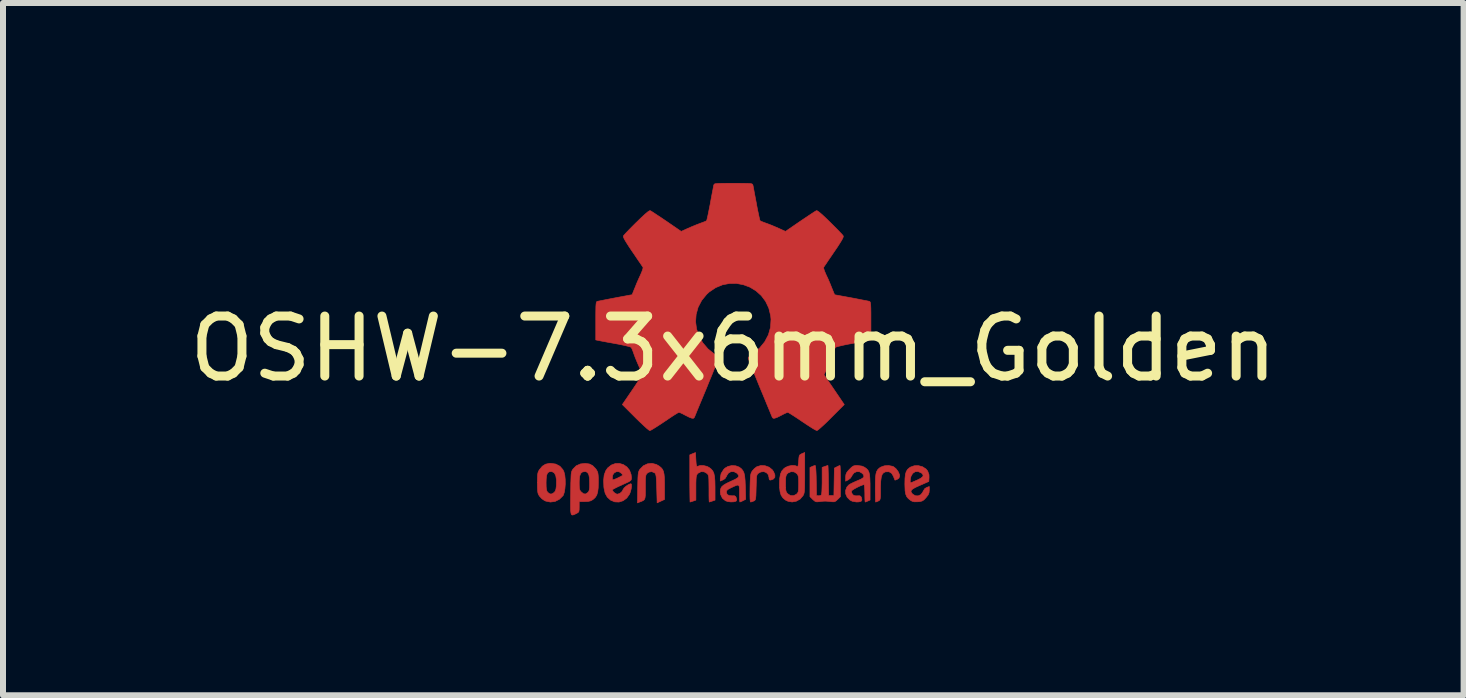
<source format=kicad_pcb>
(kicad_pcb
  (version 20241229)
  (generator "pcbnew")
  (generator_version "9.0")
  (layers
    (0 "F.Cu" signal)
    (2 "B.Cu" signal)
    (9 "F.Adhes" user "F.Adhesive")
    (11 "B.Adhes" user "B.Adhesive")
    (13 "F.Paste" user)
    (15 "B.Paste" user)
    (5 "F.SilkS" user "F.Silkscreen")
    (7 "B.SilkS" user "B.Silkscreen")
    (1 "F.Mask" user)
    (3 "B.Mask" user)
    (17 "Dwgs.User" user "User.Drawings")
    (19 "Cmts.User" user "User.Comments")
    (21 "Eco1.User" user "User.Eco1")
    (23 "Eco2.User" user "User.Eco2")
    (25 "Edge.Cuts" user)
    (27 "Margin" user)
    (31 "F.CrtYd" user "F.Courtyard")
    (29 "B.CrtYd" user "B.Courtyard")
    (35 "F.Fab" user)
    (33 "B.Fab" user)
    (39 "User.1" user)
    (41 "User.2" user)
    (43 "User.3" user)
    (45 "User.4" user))
  (footprint "OSHW-7.3x6mm_Golden"
    (layer "F.Cu")
    (at 9.173 2.763)
    (property "Reference" "OSHW-7.3x6mm_Golden" (at 0 0 0) (layer "F.SilkS") (effects (font (size 1 1) (thickness 0.15))))
    (attr exclude_from_pos_files exclude_from_bom)
    (fp_poly (pts (xy 2.653 1.959) (xy 2.67 1.966) (xy 2.711 1.999) (xy 2.747 2.047) (xy 2.769 2.097) (xy 2.772 2.122) (xy 2.76 2.157) (xy 2.734 2.175) (xy 2.706 2.187) (xy 2.693 2.189) (xy 2.687 2.174) (xy 2.674 2.141) (xy 2.669 2.127) (xy 2.639 2.076) (xy 2.595 2.05) (xy 2.538 2.051) (xy 2.534 2.052) (xy 2.504 2.067) (xy 2.481 2.094) (xy 2.466 2.139) (xy 2.457 2.205) (xy 2.453 2.294) (xy 2.453 2.341) (xy 2.453 2.416) (xy 2.452 2.467) (xy 2.448 2.499) (xy 2.442 2.518) (xy 2.432 2.529) (xy 2.417 2.537) (xy 2.416 2.538) (xy 2.387 2.55) (xy 2.372 2.555) (xy 2.37 2.541) (xy 2.368 2.503) (xy 2.367 2.446) (xy 2.366 2.374) (xy 2.366 2.322) (xy 2.367 2.22) (xy 2.37 2.143) (xy 2.377 2.086) (xy 2.389 2.045) (xy 2.407 2.014) (xy 2.432 1.99) (xy 2.457 1.973) (xy 2.517 1.951) (xy 2.587 1.946) (xy 2.653 1.959)) (stroke (width 0.01) (type solid)) (fill yes) (layer "F.Cu"))
    (fp_poly (pts (xy -1.284 1.928) (xy -1.237 1.955) (xy -1.205 1.981) (xy -1.181 2.009) (xy -1.165 2.044) (xy -1.155 2.089) (xy -1.149 2.151) (xy -1.147 2.234) (xy -1.147 2.293) (xy -1.147 2.512) (xy -1.208 2.54) (xy -1.27 2.568) (xy -1.277 2.328) (xy -1.28 2.238) (xy -1.283 2.173) (xy -1.287 2.128) (xy -1.293 2.099) (xy -1.3 2.081) (xy -1.31 2.07) (xy -1.313 2.067) (xy -1.36 2.048) (xy -1.408 2.056) (xy -1.437 2.076) (xy -1.449 2.09) (xy -1.457 2.108) (xy -1.462 2.136) (xy -1.465 2.179) (xy -1.466 2.242) (xy -1.466 2.307) (xy -1.466 2.389) (xy -1.467 2.447) (xy -1.472 2.486) (xy -1.482 2.512) (xy -1.499 2.528) (xy -1.525 2.541) (xy -1.56 2.554) (xy -1.598 2.569) (xy -1.594 2.311) (xy -1.592 2.219) (xy -1.59 2.15) (xy -1.587 2.101) (xy -1.582 2.066) (xy -1.575 2.042) (xy -1.566 2.022) (xy -1.554 2.005) (xy -1.499 1.95) (xy -1.431 1.918) (xy -1.357 1.91) (xy -1.284 1.928)) (stroke (width 0.01) (type solid)) (fill yes) (layer "F.Cu"))
    (fp_poly (pts (xy 0.53 1.95) (xy 0.596 1.974) (xy 0.649 2.017) (xy 0.67 2.047) (xy 0.693 2.103) (xy 0.692 2.143) (xy 0.669 2.17) (xy 0.66 2.175) (xy 0.622 2.189) (xy 0.602 2.185) (xy 0.595 2.161) (xy 0.595 2.148) (xy 0.583 2.099) (xy 0.551 2.065) (xy 0.508 2.048) (xy 0.459 2.053) (xy 0.419 2.074) (xy 0.405 2.087) (xy 0.396 2.101) (xy 0.389 2.124) (xy 0.385 2.159) (xy 0.383 2.212) (xy 0.381 2.288) (xy 0.38 2.312) (xy 0.378 2.394) (xy 0.376 2.451) (xy 0.372 2.49) (xy 0.367 2.513) (xy 0.359 2.526) (xy 0.347 2.535) (xy 0.339 2.538) (xy 0.307 2.55) (xy 0.288 2.555) (xy 0.282 2.541) (xy 0.278 2.5) (xy 0.277 2.431) (xy 0.278 2.334) (xy 0.278 2.319) (xy 0.28 2.23) (xy 0.283 2.165) (xy 0.286 2.119) (xy 0.292 2.087) (xy 0.3 2.064) (xy 0.311 2.044) (xy 0.317 2.035) (xy 0.35 1.998) (xy 0.388 1.969) (xy 0.392 1.966) (xy 0.459 1.946) (xy 0.53 1.95)) (stroke (width 0.01) (type solid)) (fill yes) (layer "F.Cu"))
    (fp_poly (pts (xy -0.624 1.851) (xy -0.62 1.911) (xy -0.615 1.946) (xy -0.608 1.961) (xy -0.598 1.961) (xy -0.595 1.959) (xy -0.552 1.946) (xy -0.497 1.947) (xy -0.44 1.96) (xy -0.405 1.978) (xy -0.369 2.006) (xy -0.342 2.038) (xy -0.324 2.078) (xy -0.313 2.132) (xy -0.307 2.204) (xy -0.305 2.299) (xy -0.305 2.317) (xy -0.305 2.523) (xy -0.351 2.539) (xy -0.383 2.549) (xy -0.401 2.554) (xy -0.401 2.555) (xy -0.403 2.541) (xy -0.405 2.503) (xy -0.406 2.446) (xy -0.406 2.375) (xy -0.406 2.332) (xy -0.407 2.247) (xy -0.408 2.186) (xy -0.41 2.144) (xy -0.415 2.117) (xy -0.422 2.098) (xy -0.433 2.085) (xy -0.44 2.078) (xy -0.487 2.051) (xy -0.538 2.049) (xy -0.584 2.072) (xy -0.593 2.08) (xy -0.605 2.095) (xy -0.614 2.114) (xy -0.619 2.14) (xy -0.622 2.18) (xy -0.624 2.238) (xy -0.624 2.318) (xy -0.624 2.523) (xy -0.67 2.539) (xy -0.702 2.549) (xy -0.72 2.554) (xy -0.721 2.555) (xy -0.722 2.541) (xy -0.723 2.501) (xy -0.724 2.441) (xy -0.725 2.362) (xy -0.726 2.269) (xy -0.726 2.167) (xy -0.726 1.769) (xy -0.679 1.749) (xy -0.631 1.73) (xy -0.624 1.851)) (stroke (width 0.01) (type solid)) (fill yes) (layer "F.Cu"))
    (fp_poly (pts (xy 1.78 1.959) (xy 1.782 1.997) (xy 1.784 2.055) (xy 1.785 2.128) (xy 1.785 2.205) (xy 1.785 2.465) (xy 1.739 2.511) (xy 1.708 2.539) (xy 1.68 2.551) (xy 1.642 2.55) (xy 1.627 2.548) (xy 1.58 2.543) (xy 1.541 2.54) (xy 1.531 2.54) (xy 1.499 2.541) (xy 1.453 2.546) (xy 1.436 2.548) (xy 1.392 2.552) (xy 1.363 2.544) (xy 1.334 2.521) (xy 1.323 2.511) (xy 1.277 2.465) (xy 1.277 1.979) (xy 1.314 1.962) (xy 1.346 1.949) (xy 1.365 1.945) (xy 1.369 1.959) (xy 1.374 1.997) (xy 1.378 2.056) (xy 1.381 2.132) (xy 1.382 2.195) (xy 1.386 2.446) (xy 1.421 2.451) (xy 1.452 2.447) (xy 1.468 2.436) (xy 1.472 2.415) (xy 1.476 2.371) (xy 1.478 2.309) (xy 1.48 2.235) (xy 1.48 2.197) (xy 1.48 1.977) (xy 1.526 1.961) (xy 1.559 1.95) (xy 1.576 1.945) (xy 1.577 1.945) (xy 1.578 1.959) (xy 1.58 1.997) (xy 1.582 2.054) (xy 1.584 2.127) (xy 1.585 2.195) (xy 1.589 2.446) (xy 1.676 2.446) (xy 1.68 2.217) (xy 1.684 1.989) (xy 1.727 1.967) (xy 1.758 1.952) (xy 1.777 1.945) (xy 1.777 1.945) (xy 1.78 1.959)) (stroke (width 0.01) (type solid)) (fill yes) (layer "F.Cu"))
    (fp_poly (pts (xy -2.959 1.922) (xy -2.891 1.958) (xy -2.841 2.015) (xy -2.823 2.052) (xy -2.809 2.108) (xy -2.802 2.178) (xy -2.801 2.255) (xy -2.807 2.33) (xy -2.818 2.394) (xy -2.834 2.441) (xy -2.839 2.449) (xy -2.9 2.509) (xy -2.971 2.545) (xy -3.049 2.555) (xy -3.127 2.539) (xy -3.149 2.529) (xy -3.192 2.499) (xy -3.229 2.459) (xy -3.233 2.454) (xy -3.247 2.43) (xy -3.257 2.404) (xy -3.262 2.37) (xy -3.265 2.321) (xy -3.266 2.251) (xy -3.266 2.235) (xy -3.266 2.23) (xy -3.121 2.23) (xy -3.12 2.296) (xy -3.116 2.34) (xy -3.109 2.369) (xy -3.098 2.388) (xy -3.092 2.395) (xy -3.057 2.42) (xy -3.023 2.419) (xy -2.989 2.397) (xy -2.969 2.374) (xy -2.957 2.34) (xy -2.95 2.288) (xy -2.949 2.281) (xy -2.948 2.186) (xy -2.96 2.114) (xy -2.985 2.068) (xy -3.023 2.048) (xy -3.037 2.047) (xy -3.073 2.052) (xy -3.097 2.072) (xy -3.112 2.109) (xy -3.119 2.168) (xy -3.121 2.23) (xy -3.266 2.23) (xy -3.265 2.16) (xy -3.263 2.108) (xy -3.258 2.072) (xy -3.249 2.045) (xy -3.236 2.022) (xy -3.233 2.017) (xy -3.184 1.958) (xy -3.13 1.924) (xy -3.064 1.91) (xy -3.042 1.91) (xy -2.959 1.922)) (stroke (width 0.01) (type solid)) (fill yes) (layer "F.Cu"))
    (fp_poly (pts (xy 3.154 1.967) (xy 3.211 2.004) (xy 3.239 2.038) (xy 3.261 2.099) (xy 3.262 2.147) (xy 3.258 2.212) (xy 3.11 2.277) (xy 3.037 2.31) (xy 2.99 2.337) (xy 2.966 2.36) (xy 2.961 2.383) (xy 2.975 2.407) (xy 2.99 2.424) (xy 3.034 2.45) (xy 3.081 2.452) (xy 3.125 2.432) (xy 3.157 2.391) (xy 3.163 2.376) (xy 3.191 2.331) (xy 3.222 2.312) (xy 3.266 2.296) (xy 3.266 2.358) (xy 3.262 2.4) (xy 3.247 2.436) (xy 3.215 2.477) (xy 3.211 2.482) (xy 3.176 2.519) (xy 3.145 2.538) (xy 3.108 2.547) (xy 3.076 2.55) (xy 3.02 2.551) (xy 2.981 2.542) (xy 2.956 2.528) (xy 2.917 2.497) (xy 2.89 2.465) (xy 2.873 2.423) (xy 2.863 2.368) (xy 2.86 2.291) (xy 2.859 2.253) (xy 2.86 2.206) (xy 2.948 2.206) (xy 2.949 2.231) (xy 2.952 2.235) (xy 2.968 2.23) (xy 3.004 2.215) (xy 3.052 2.194) (xy 3.062 2.19) (xy 3.123 2.159) (xy 3.157 2.132) (xy 3.164 2.106) (xy 3.146 2.08) (xy 3.132 2.069) (xy 3.079 2.046) (xy 3.03 2.05) (xy 2.989 2.078) (xy 2.961 2.127) (xy 2.952 2.166) (xy 2.948 2.206) (xy 2.86 2.206) (xy 2.861 2.162) (xy 2.868 2.095) (xy 2.882 2.047) (xy 2.904 2.011) (xy 2.937 1.983) (xy 2.951 1.973) (xy 3.015 1.95) (xy 3.085 1.948) (xy 3.154 1.967)) (stroke (width 0.01) (type solid)) (fill yes) (layer "F.Cu"))
    (fp_poly (pts (xy 1.19 2.065) (xy 1.19 2.174) (xy 1.189 2.257) (xy 1.188 2.32) (xy 1.185 2.365) (xy 1.181 2.397) (xy 1.175 2.421) (xy 1.167 2.439) (xy 1.161 2.449) (xy 1.112 2.506) (xy 1.049 2.541) (xy 0.98 2.554) (xy 0.911 2.542) (xy 0.869 2.522) (xy 0.826 2.485) (xy 0.796 2.441) (xy 0.779 2.383) (xy 0.77 2.306) (xy 0.769 2.25) (xy 0.769 2.246) (xy 0.871 2.246) (xy 0.871 2.311) (xy 0.874 2.354) (xy 0.881 2.382) (xy 0.893 2.402) (xy 0.906 2.417) (xy 0.953 2.447) (xy 1.004 2.449) (xy 1.051 2.425) (xy 1.055 2.421) (xy 1.071 2.404) (xy 1.081 2.383) (xy 1.086 2.352) (xy 1.088 2.305) (xy 1.089 2.252) (xy 1.088 2.185) (xy 1.085 2.141) (xy 1.078 2.112) (xy 1.066 2.091) (xy 1.057 2.08) (xy 1.013 2.052) (xy 0.962 2.049) (xy 0.914 2.07) (xy 0.904 2.078) (xy 0.889 2.096) (xy 0.879 2.117) (xy 0.873 2.148) (xy 0.871 2.196) (xy 0.871 2.246) (xy 0.769 2.246) (xy 0.773 2.159) (xy 0.785 2.09) (xy 0.807 2.039) (xy 0.842 1.998) (xy 0.869 1.978) (xy 0.919 1.956) (xy 0.976 1.945) (xy 1.03 1.948) (xy 1.06 1.959) (xy 1.071 1.962) (xy 1.079 1.951) (xy 1.084 1.919) (xy 1.089 1.871) (xy 1.093 1.817) (xy 1.099 1.784) (xy 1.111 1.766) (xy 1.131 1.754) (xy 1.143 1.748) (xy 1.19 1.729) (xy 1.19 2.065)) (stroke (width 0.01) (type solid)) (fill yes) (layer "F.Cu"))
    (fp_poly (pts (xy -1.832 1.931) (xy -1.774 1.97) (xy -1.73 2.025) (xy -1.704 2.096) (xy -1.698 2.148) (xy -1.699 2.17) (xy -1.704 2.187) (xy -1.718 2.201) (xy -1.745 2.218) (xy -1.79 2.239) (xy -1.857 2.269) (xy -1.858 2.27) (xy -1.92 2.298) (xy -1.97 2.323) (xy -2.005 2.342) (xy -2.017 2.353) (xy -2.017 2.353) (xy -2.006 2.376) (xy -1.98 2.402) (xy -1.949 2.42) (xy -1.934 2.424) (xy -1.891 2.411) (xy -1.855 2.379) (xy -1.837 2.345) (xy -1.82 2.319) (xy -1.787 2.29) (xy -1.748 2.264) (xy -1.713 2.25) (xy -1.706 2.25) (xy -1.698 2.262) (xy -1.697 2.294) (xy -1.703 2.337) (xy -1.715 2.383) (xy -1.73 2.423) (xy -1.731 2.424) (xy -1.777 2.489) (xy -1.837 2.533) (xy -1.906 2.555) (xy -1.976 2.552) (xy -2.044 2.524) (xy -2.047 2.522) (xy -2.101 2.473) (xy -2.136 2.41) (xy -2.155 2.327) (xy -2.158 2.304) (xy -2.162 2.194) (xy -2.157 2.143) (xy -2.017 2.143) (xy -2.016 2.175) (xy -2.006 2.184) (xy -1.981 2.177) (xy -1.942 2.161) (xy -1.899 2.14) (xy -1.898 2.139) (xy -1.861 2.12) (xy -1.846 2.107) (xy -1.85 2.093) (xy -1.865 2.076) (xy -1.904 2.05) (xy -1.946 2.048) (xy -1.984 2.067) (xy -2.01 2.103) (xy -2.017 2.143) (xy -2.157 2.143) (xy -2.153 2.106) (xy -2.128 2.036) (xy -2.095 1.987) (xy -2.033 1.938) (xy -1.966 1.913) (xy -1.897 1.912) (xy -1.832 1.931)) (stroke (width 0.01) (type solid)) (fill yes) (layer "F.Cu"))
    (fp_poly (pts (xy 0.04 1.951) (xy 0.097 1.972) (xy 0.097 1.972) (xy 0.132 1.998) (xy 0.158 2.029) (xy 0.177 2.068) (xy 0.189 2.121) (xy 0.196 2.194) (xy 0.2 2.289) (xy 0.201 2.303) (xy 0.206 2.509) (xy 0.162 2.532) (xy 0.13 2.547) (xy 0.11 2.554) (xy 0.11 2.555) (xy 0.106 2.541) (xy 0.104 2.505) (xy 0.102 2.451) (xy 0.102 2.408) (xy 0.102 2.339) (xy 0.098 2.295) (xy 0.087 2.274) (xy 0.064 2.273) (xy 0.022 2.289) (xy -0.04 2.318) (xy -0.086 2.342) (xy -0.109 2.363) (xy -0.116 2.386) (xy -0.116 2.387) (xy -0.105 2.426) (xy -0.071 2.447) (xy -0.019 2.451) (xy 0.018 2.45) (xy 0.038 2.461) (xy 0.05 2.487) (xy 0.057 2.519) (xy 0.047 2.538) (xy 0.043 2.541) (xy 0.007 2.551) (xy -0.043 2.553) (xy -0.095 2.546) (xy -0.132 2.533) (xy -0.183 2.49) (xy -0.212 2.429) (xy -0.218 2.382) (xy -0.213 2.34) (xy -0.198 2.305) (xy -0.166 2.275) (xy -0.115 2.244) (xy -0.041 2.209) (xy -0.036 2.207) (xy 0.031 2.176) (xy 0.072 2.151) (xy 0.09 2.128) (xy 0.086 2.105) (xy 0.063 2.078) (xy 0.056 2.072) (xy 0.009 2.048) (xy -0.04 2.049) (xy -0.082 2.072) (xy -0.111 2.116) (xy -0.113 2.124) (xy -0.139 2.165) (xy -0.171 2.185) (xy -0.218 2.205) (xy -0.218 2.154) (xy -0.204 2.08) (xy -0.161 2.012) (xy -0.139 1.99) (xy -0.089 1.961) (xy -0.026 1.947) (xy 0.04 1.951)) (stroke (width 0.01) (type solid)) (fill yes) (layer "F.Cu"))
    (fp_poly (pts (xy -2.4 1.92) (xy -2.345 1.948) (xy -2.296 1.998) (xy -2.282 2.017) (xy -2.268 2.042) (xy -2.258 2.069) (xy -2.253 2.105) (xy -2.25 2.156) (xy -2.25 2.224) (xy -2.252 2.318) (xy -2.261 2.388) (xy -2.277 2.44) (xy -2.303 2.48) (xy -2.34 2.513) (xy -2.342 2.515) (xy -2.379 2.535) (xy -2.422 2.545) (xy -2.478 2.547) (xy -2.569 2.547) (xy -2.569 2.635) (xy -2.57 2.684) (xy -2.575 2.713) (xy -2.588 2.73) (xy -2.614 2.745) (xy -2.62 2.748) (xy -2.649 2.762) (xy -2.672 2.77) (xy -2.688 2.771) (xy -2.7 2.761) (xy -2.707 2.737) (xy -2.712 2.696) (xy -2.713 2.636) (xy -2.713 2.553) (xy -2.712 2.445) (xy -2.711 2.413) (xy -2.71 2.302) (xy -2.709 2.229) (xy -2.569 2.229) (xy -2.568 2.29) (xy -2.565 2.331) (xy -2.557 2.358) (xy -2.543 2.378) (xy -2.533 2.388) (xy -2.495 2.418) (xy -2.46 2.42) (xy -2.425 2.396) (xy -2.424 2.395) (xy -2.409 2.376) (xy -2.401 2.351) (xy -2.396 2.312) (xy -2.395 2.252) (xy -2.395 2.238) (xy -2.398 2.156) (xy -2.409 2.099) (xy -2.429 2.064) (xy -2.458 2.048) (xy -2.476 2.047) (xy -2.516 2.054) (xy -2.544 2.078) (xy -2.561 2.123) (xy -2.568 2.191) (xy -2.569 2.229) (xy -2.709 2.229) (xy -2.708 2.215) (xy -2.706 2.15) (xy -2.704 2.103) (xy -2.7 2.069) (xy -2.694 2.045) (xy -2.687 2.028) (xy -2.677 2.012) (xy -2.673 2.006) (xy -2.619 1.951) (xy -2.55 1.92) (xy -2.47 1.911) (xy -2.4 1.92)) (stroke (width 0.01) (type solid)) (fill yes) (layer "F.Cu"))
    (fp_poly (pts (xy 2.145 1.956) (xy 2.187 1.975) (xy 2.219 1.998) (xy 2.244 2.024) (xy 2.26 2.057) (xy 2.271 2.103) (xy 2.276 2.165) (xy 2.279 2.249) (xy 2.279 2.305) (xy 2.279 2.521) (xy 2.242 2.538) (xy 2.213 2.55) (xy 2.198 2.555) (xy 2.195 2.541) (xy 2.193 2.505) (xy 2.192 2.452) (xy 2.192 2.409) (xy 2.19 2.348) (xy 2.187 2.3) (xy 2.182 2.271) (xy 2.178 2.264) (xy 2.153 2.271) (xy 2.112 2.287) (xy 2.066 2.309) (xy 2.021 2.333) (xy 1.986 2.355) (xy 1.97 2.37) (xy 1.97 2.37) (xy 1.971 2.397) (xy 1.984 2.423) (xy 2.006 2.444) (xy 2.038 2.451) (xy 2.065 2.451) (xy 2.104 2.45) (xy 2.124 2.459) (xy 2.136 2.483) (xy 2.138 2.488) (xy 2.143 2.522) (xy 2.129 2.543) (xy 2.092 2.552) (xy 2.052 2.554) (xy 1.981 2.541) (xy 1.943 2.521) (xy 1.898 2.476) (xy 1.873 2.42) (xy 1.871 2.361) (xy 1.892 2.306) (xy 1.923 2.271) (xy 1.953 2.252) (xy 2.002 2.228) (xy 2.058 2.203) (xy 2.068 2.199) (xy 2.13 2.172) (xy 2.166 2.148) (xy 2.177 2.124) (xy 2.167 2.097) (xy 2.148 2.076) (xy 2.104 2.05) (xy 2.056 2.048) (xy 2.012 2.068) (xy 1.981 2.108) (xy 1.977 2.118) (xy 1.952 2.156) (xy 1.917 2.184) (xy 1.872 2.207) (xy 1.872 2.141) (xy 1.875 2.102) (xy 1.886 2.07) (xy 1.911 2.036) (xy 1.935 2.01) (xy 1.972 1.974) (xy 2.001 1.954) (xy 2.033 1.946) (xy 2.068 1.945) (xy 2.145 1.956)) (stroke (width 0.01) (type solid)) (fill yes) (layer "F.Cu"))
    (fp_poly (pts (xy 0.104 -2.758) (xy 0.182 -2.757) (xy 0.239 -2.756) (xy 0.278 -2.754) (xy 0.303 -2.75) (xy 0.316 -2.744) (xy 0.323 -2.737) (xy 0.326 -2.726) (xy 0.327 -2.725) (xy 0.332 -2.701) (xy 0.341 -2.653) (xy 0.353 -2.587) (xy 0.368 -2.508) (xy 0.385 -2.42) (xy 0.385 -2.417) (xy 0.401 -2.331) (xy 0.417 -2.255) (xy 0.43 -2.194) (xy 0.44 -2.152) (xy 0.446 -2.133) (xy 0.447 -2.133) (xy 0.465 -2.124) (xy 0.502 -2.109) (xy 0.551 -2.091) (xy 0.552 -2.091) (xy 0.613 -2.068) (xy 0.686 -2.038) (xy 0.754 -2.008) (xy 0.757 -2.007) (xy 0.869 -1.956) (xy 1.115 -2.125) (xy 1.191 -2.176) (xy 1.26 -2.222) (xy 1.317 -2.26) (xy 1.359 -2.287) (xy 1.383 -2.301) (xy 1.385 -2.302) (xy 1.402 -2.298) (xy 1.434 -2.275) (xy 1.481 -2.235) (xy 1.546 -2.174) (xy 1.612 -2.11) (xy 1.676 -2.046) (xy 1.733 -1.989) (xy 1.78 -1.94) (xy 1.814 -1.904) (xy 1.83 -1.884) (xy 1.831 -1.883) (xy 1.833 -1.869) (xy 1.826 -1.847) (xy 1.809 -1.814) (xy 1.779 -1.765) (xy 1.737 -1.699) (xy 1.679 -1.614) (xy 1.629 -1.54) (xy 1.583 -1.473) (xy 1.546 -1.417) (xy 1.519 -1.378) (xy 1.506 -1.357) (xy 1.505 -1.356) (xy 1.507 -1.336) (xy 1.519 -1.298) (xy 1.54 -1.248) (xy 1.547 -1.232) (xy 1.58 -1.162) (xy 1.614 -1.082) (xy 1.642 -1.012) (xy 1.663 -0.961) (xy 1.679 -0.922) (xy 1.688 -0.901) (xy 1.689 -0.9) (xy 1.706 -0.897) (xy 1.746 -0.89) (xy 1.804 -0.879) (xy 1.875 -0.866) (xy 1.952 -0.852) (xy 2.032 -0.837) (xy 2.107 -0.822) (xy 2.174 -0.809) (xy 2.227 -0.799) (xy 2.26 -0.792) (xy 2.268 -0.79) (xy 2.276 -0.785) (xy 2.283 -0.774) (xy 2.287 -0.754) (xy 2.29 -0.72) (xy 2.292 -0.67) (xy 2.293 -0.599) (xy 2.293 -0.504) (xy 2.293 -0.465) (xy 2.293 -0.147) (xy 2.217 -0.132) (xy 2.175 -0.124) (xy 2.111 -0.112) (xy 2.035 -0.098) (xy 1.953 -0.083) (xy 1.93 -0.079) (xy 1.855 -0.064) (xy 1.789 -0.049) (xy 1.738 -0.037) (xy 1.709 -0.027) (xy 1.704 -0.024) (xy 1.691 -0.003) (xy 1.674 0.038) (xy 1.655 0.09) (xy 1.651 0.102) (xy 1.625 0.172) (xy 1.594 0.25) (xy 1.563 0.321) (xy 1.563 0.322) (xy 1.511 0.433) (xy 1.68 0.681) (xy 1.849 0.93) (xy 1.632 1.147) (xy 1.567 1.212) (xy 1.507 1.269) (xy 1.456 1.315) (xy 1.418 1.348) (xy 1.396 1.363) (xy 1.392 1.364) (xy 1.374 1.356) (xy 1.335 1.335) (xy 1.281 1.301) (xy 1.216 1.259) (xy 1.146 1.212) (xy 1.075 1.164) (xy 1.011 1.122) (xy 0.959 1.089) (xy 0.923 1.067) (xy 0.907 1.06) (xy 0.887 1.066) (xy 0.85 1.083) (xy 0.803 1.107) (xy 0.798 1.11) (xy 0.734 1.142) (xy 0.69 1.158) (xy 0.663 1.158) (xy 0.649 1.143) (xy 0.649 1.143) (xy 0.642 1.126) (xy 0.625 1.085) (xy 0.6 1.024) (xy 0.567 0.945) (xy 0.529 0.852) (xy 0.486 0.748) (xy 0.444 0.648) (xy 0.399 0.537) (xy 0.357 0.434) (xy 0.32 0.342) (xy 0.289 0.265) (xy 0.266 0.206) (xy 0.251 0.167) (xy 0.247 0.153) (xy 0.258 0.136) (xy 0.287 0.11) (xy 0.326 0.081) (xy 0.437 -0.011) (xy 0.523 -0.116) (xy 0.585 -0.233) (xy 0.62 -0.358) (xy 0.628 -0.49) (xy 0.622 -0.552) (xy 0.591 -0.678) (xy 0.538 -0.79) (xy 0.466 -0.886) (xy 0.378 -0.965) (xy 0.278 -1.026) (xy 0.168 -1.067) (xy 0.053 -1.089) (xy -0.065 -1.088) (xy -0.181 -1.066) (xy -0.294 -1.019) (xy -0.4 -0.948) (xy -0.444 -0.908) (xy -0.528 -0.805) (xy -0.587 -0.692) (xy -0.62 -0.573) (xy -0.629 -0.451) (xy -0.613 -0.329) (xy -0.573 -0.211) (xy -0.51 -0.1) (xy -0.423 0.002) (xy -0.326 0.081) (xy -0.286 0.111) (xy -0.257 0.137) (xy -0.247 0.153) (xy -0.252 0.17) (xy -0.267 0.21) (xy -0.291 0.272) (xy -0.323 0.35) (xy -0.36 0.443) (xy -0.403 0.546) (xy -0.444 0.648) (xy -0.49 0.759) (xy -0.533 0.862) (xy -0.571 0.953) (xy -0.603 1.03) (xy -0.627 1.09) (xy -0.643 1.129) (xy -0.649 1.143) (xy -0.663 1.158) (xy -0.69 1.158) (xy -0.734 1.142) (xy -0.797 1.11) (xy -0.798 1.11) (xy -0.845 1.085) (xy -0.884 1.067) (xy -0.906 1.06) (xy -0.907 1.06) (xy -0.923 1.067) (xy -0.96 1.089) (xy -1.012 1.122) (xy -1.075 1.164) (xy -1.146 1.212) (xy -1.218 1.26) (xy -1.283 1.302) (xy -1.336 1.335) (xy -1.374 1.357) (xy -1.392 1.364) (xy -1.409 1.354) (xy -1.443 1.327) (xy -1.49 1.284) (xy -1.547 1.231) (xy -1.612 1.168) (xy -1.633 1.147) (xy -1.85 0.93) (xy -1.684 0.687) (xy -1.634 0.613) (xy -1.59 0.546) (xy -1.555 0.491) (xy -1.53 0.451) (xy -1.519 0.43) (xy -1.519 0.429) (xy -1.525 0.409) (xy -1.54 0.37) (xy -1.562 0.317) (xy -1.578 0.282) (xy -1.607 0.215) (xy -1.635 0.147) (xy -1.656 0.09) (xy -1.662 0.073) (xy -1.679 0.026) (xy -1.695 -0.01) (xy -1.704 -0.024) (xy -1.723 -0.032) (xy -1.766 -0.044) (xy -1.826 -0.058) (xy -1.898 -0.073) (xy -1.93 -0.079) (xy -2.012 -0.094) (xy -2.091 -0.108) (xy -2.159 -0.121) (xy -2.208 -0.13) (xy -2.217 -0.132) (xy -2.293 -0.147) (xy -2.293 -0.465) (xy -2.293 -0.569) (xy -2.292 -0.648) (xy -2.291 -0.705) (xy -2.288 -0.744) (xy -2.284 -0.769) (xy -2.279 -0.782) (xy -2.271 -0.789) (xy -2.268 -0.79) (xy -2.249 -0.794) (xy -2.207 -0.802) (xy -2.148 -0.814) (xy -2.077 -0.828) (xy -1.999 -0.843) (xy -1.92 -0.858) (xy -1.845 -0.872) (xy -1.779 -0.884) (xy -1.727 -0.894) (xy -1.696 -0.899) (xy -1.689 -0.9) (xy -1.683 -0.912) (xy -1.669 -0.946) (xy -1.65 -0.994) (xy -1.642 -1.012) (xy -1.613 -1.085) (xy -1.578 -1.165) (xy -1.547 -1.232) (xy -1.525 -1.284) (xy -1.51 -1.326) (xy -1.504 -1.352) (xy -1.505 -1.356) (xy -1.516 -1.372) (xy -1.54 -1.409) (xy -1.576 -1.461) (xy -1.62 -1.526) (xy -1.67 -1.6) (xy -1.68 -1.614) (xy -1.738 -1.7) (xy -1.78 -1.766) (xy -1.809 -1.814) (xy -1.826 -1.847) (xy -1.833 -1.869) (xy -1.831 -1.883) (xy -1.831 -1.883) (xy -1.816 -1.901) (xy -1.785 -1.935) (xy -1.739 -1.983) (xy -1.683 -2.04) (xy -1.62 -2.103) (xy -1.612 -2.11) (xy -1.533 -2.187) (xy -1.471 -2.244) (xy -1.427 -2.281) (xy -1.398 -2.3) (xy -1.385 -2.302) (xy -1.367 -2.292) (xy -1.328 -2.267) (xy -1.274 -2.231) (xy -1.207 -2.187) (xy -1.133 -2.137) (xy -1.115 -2.125) (xy -0.869 -1.956) (xy -0.757 -2.007) (xy -0.69 -2.036) (xy -0.617 -2.066) (xy -0.554 -2.09) (xy -0.552 -2.091) (xy -0.503 -2.109) (xy -0.465 -2.124) (xy -0.447 -2.133) (xy -0.447 -2.133) (xy -0.441 -2.149) (xy -0.431 -2.19) (xy -0.418 -2.25) (xy -0.403 -2.325) (xy -0.386 -2.41) (xy -0.385 -2.417) (xy -0.369 -2.505) (xy -0.354 -2.585) (xy -0.341 -2.651) (xy -0.332 -2.7) (xy -0.327 -2.725) (xy -0.327 -2.725) (xy -0.323 -2.736) (xy -0.317 -2.744) (xy -0.305 -2.75) (xy -0.281 -2.753) (xy -0.244 -2.756) (xy -0.19 -2.757) (xy -0.114 -2.758) (xy -0.013 -2.758) (xy 0 -2.758) (xy 0.104 -2.758)) (stroke (width 0.01) (type solid)) (fill yes) (layer "F.Cu"))
    (fp_poly (pts (xy 2.653 1.959) (xy 2.67 1.966) (xy 2.711 1.999) (xy 2.747 2.047) (xy 2.769 2.097) (xy 2.772 2.122) (xy 2.76 2.157) (xy 2.734 2.175) (xy 2.706 2.187) (xy 2.693 2.189) (xy 2.687 2.174) (xy 2.674 2.141) (xy 2.669 2.127) (xy 2.639 2.076) (xy 2.595 2.05) (xy 2.538 2.051) (xy 2.534 2.052) (xy 2.504 2.067) (xy 2.481 2.094) (xy 2.466 2.139) (xy 2.457 2.205) (xy 2.453 2.294) (xy 2.453 2.341) (xy 2.453 2.416) (xy 2.452 2.467) (xy 2.448 2.499) (xy 2.442 2.518) (xy 2.432 2.529) (xy 2.417 2.537) (xy 2.416 2.538) (xy 2.387 2.55) (xy 2.372 2.555) (xy 2.37 2.541) (xy 2.368 2.503) (xy 2.367 2.446) (xy 2.366 2.374) (xy 2.366 2.322) (xy 2.367 2.22) (xy 2.37 2.143) (xy 2.377 2.086) (xy 2.389 2.045) (xy 2.407 2.014) (xy 2.432 1.99) (xy 2.457 1.973) (xy 2.517 1.951) (xy 2.587 1.946) (xy 2.653 1.959)) (stroke (width 0.01) (type solid)) (fill yes) (layer "F.Mask"))
    (fp_poly (pts (xy -1.284 1.928) (xy -1.237 1.955) (xy -1.205 1.981) (xy -1.181 2.009) (xy -1.165 2.044) (xy -1.155 2.089) (xy -1.149 2.151) (xy -1.147 2.234) (xy -1.147 2.293) (xy -1.147 2.512) (xy -1.208 2.54) (xy -1.27 2.568) (xy -1.277 2.328) (xy -1.28 2.238) (xy -1.283 2.173) (xy -1.287 2.128) (xy -1.293 2.099) (xy -1.3 2.081) (xy -1.31 2.07) (xy -1.313 2.067) (xy -1.36 2.048) (xy -1.408 2.056) (xy -1.437 2.076) (xy -1.449 2.09) (xy -1.457 2.108) (xy -1.462 2.136) (xy -1.465 2.179) (xy -1.466 2.242) (xy -1.466 2.307) (xy -1.466 2.389) (xy -1.467 2.447) (xy -1.472 2.486) (xy -1.482 2.512) (xy -1.499 2.528) (xy -1.525 2.541) (xy -1.56 2.554) (xy -1.598 2.569) (xy -1.594 2.311) (xy -1.592 2.219) (xy -1.59 2.15) (xy -1.587 2.101) (xy -1.582 2.066) (xy -1.575 2.042) (xy -1.566 2.022) (xy -1.554 2.005) (xy -1.499 1.95) (xy -1.431 1.918) (xy -1.357 1.91) (xy -1.284 1.928)) (stroke (width 0.01) (type solid)) (fill yes) (layer "F.Mask"))
    (fp_poly (pts (xy 0.53 1.95) (xy 0.596 1.974) (xy 0.649 2.017) (xy 0.67 2.047) (xy 0.693 2.103) (xy 0.692 2.143) (xy 0.669 2.17) (xy 0.66 2.175) (xy 0.622 2.189) (xy 0.602 2.185) (xy 0.595 2.161) (xy 0.595 2.148) (xy 0.583 2.099) (xy 0.551 2.065) (xy 0.508 2.048) (xy 0.459 2.053) (xy 0.419 2.074) (xy 0.405 2.087) (xy 0.396 2.101) (xy 0.389 2.124) (xy 0.385 2.159) (xy 0.383 2.212) (xy 0.381 2.288) (xy 0.38 2.312) (xy 0.378 2.394) (xy 0.376 2.451) (xy 0.372 2.49) (xy 0.367 2.513) (xy 0.359 2.526) (xy 0.347 2.535) (xy 0.339 2.538) (xy 0.307 2.55) (xy 0.288 2.555) (xy 0.282 2.541) (xy 0.278 2.5) (xy 0.277 2.431) (xy 0.278 2.334) (xy 0.278 2.319) (xy 0.28 2.23) (xy 0.283 2.165) (xy 0.286 2.119) (xy 0.292 2.087) (xy 0.3 2.064) (xy 0.311 2.044) (xy 0.317 2.035) (xy 0.35 1.998) (xy 0.388 1.969) (xy 0.392 1.966) (xy 0.459 1.946) (xy 0.53 1.95)) (stroke (width 0.01) (type solid)) (fill yes) (layer "F.Mask"))
    (fp_poly (pts (xy -0.624 1.851) (xy -0.62 1.911) (xy -0.615 1.946) (xy -0.608 1.961) (xy -0.598 1.961) (xy -0.595 1.959) (xy -0.552 1.946) (xy -0.497 1.947) (xy -0.44 1.96) (xy -0.405 1.978) (xy -0.369 2.006) (xy -0.342 2.038) (xy -0.324 2.078) (xy -0.313 2.132) (xy -0.307 2.204) (xy -0.305 2.299) (xy -0.305 2.317) (xy -0.305 2.523) (xy -0.351 2.539) (xy -0.383 2.549) (xy -0.401 2.554) (xy -0.401 2.555) (xy -0.403 2.541) (xy -0.405 2.503) (xy -0.406 2.446) (xy -0.406 2.375) (xy -0.406 2.332) (xy -0.407 2.247) (xy -0.408 2.186) (xy -0.41 2.144) (xy -0.415 2.117) (xy -0.422 2.098) (xy -0.433 2.085) (xy -0.44 2.078) (xy -0.487 2.051) (xy -0.538 2.049) (xy -0.584 2.072) (xy -0.593 2.08) (xy -0.605 2.095) (xy -0.614 2.114) (xy -0.619 2.14) (xy -0.622 2.18) (xy -0.624 2.238) (xy -0.624 2.318) (xy -0.624 2.523) (xy -0.67 2.539) (xy -0.702 2.549) (xy -0.72 2.554) (xy -0.721 2.555) (xy -0.722 2.541) (xy -0.723 2.501) (xy -0.724 2.441) (xy -0.725 2.362) (xy -0.726 2.269) (xy -0.726 2.167) (xy -0.726 1.769) (xy -0.679 1.749) (xy -0.631 1.73) (xy -0.624 1.851)) (stroke (width 0.01) (type solid)) (fill yes) (layer "F.Mask"))
    (fp_poly (pts (xy 1.78 1.959) (xy 1.782 1.997) (xy 1.784 2.055) (xy 1.785 2.128) (xy 1.785 2.205) (xy 1.785 2.465) (xy 1.739 2.511) (xy 1.708 2.539) (xy 1.68 2.551) (xy 1.642 2.55) (xy 1.627 2.548) (xy 1.58 2.543) (xy 1.541 2.54) (xy 1.531 2.54) (xy 1.499 2.541) (xy 1.453 2.546) (xy 1.436 2.548) (xy 1.392 2.552) (xy 1.363 2.544) (xy 1.334 2.521) (xy 1.323 2.511) (xy 1.277 2.465) (xy 1.277 1.979) (xy 1.314 1.962) (xy 1.346 1.949) (xy 1.365 1.945) (xy 1.369 1.959) (xy 1.374 1.997) (xy 1.378 2.056) (xy 1.381 2.132) (xy 1.382 2.195) (xy 1.386 2.446) (xy 1.421 2.451) (xy 1.452 2.447) (xy 1.468 2.436) (xy 1.472 2.415) (xy 1.476 2.371) (xy 1.478 2.309) (xy 1.48 2.235) (xy 1.48 2.197) (xy 1.48 1.977) (xy 1.526 1.961) (xy 1.559 1.95) (xy 1.576 1.945) (xy 1.577 1.945) (xy 1.578 1.959) (xy 1.58 1.997) (xy 1.582 2.054) (xy 1.584 2.127) (xy 1.585 2.195) (xy 1.589 2.446) (xy 1.676 2.446) (xy 1.68 2.217) (xy 1.684 1.989) (xy 1.727 1.967) (xy 1.758 1.952) (xy 1.777 1.945) (xy 1.777 1.945) (xy 1.78 1.959)) (stroke (width 0.01) (type solid)) (fill yes) (layer "F.Mask"))
    (fp_poly (pts (xy -2.959 1.922) (xy -2.891 1.958) (xy -2.841 2.015) (xy -2.823 2.052) (xy -2.809 2.108) (xy -2.802 2.178) (xy -2.801 2.255) (xy -2.807 2.33) (xy -2.818 2.394) (xy -2.834 2.441) (xy -2.839 2.449) (xy -2.9 2.509) (xy -2.971 2.545) (xy -3.049 2.555) (xy -3.127 2.539) (xy -3.149 2.529) (xy -3.192 2.499) (xy -3.229 2.459) (xy -3.233 2.454) (xy -3.247 2.43) (xy -3.257 2.404) (xy -3.262 2.37) (xy -3.265 2.321) (xy -3.266 2.251) (xy -3.266 2.235) (xy -3.266 2.23) (xy -3.121 2.23) (xy -3.12 2.296) (xy -3.116 2.34) (xy -3.109 2.369) (xy -3.098 2.388) (xy -3.092 2.395) (xy -3.057 2.42) (xy -3.023 2.419) (xy -2.989 2.397) (xy -2.969 2.374) (xy -2.957 2.34) (xy -2.95 2.288) (xy -2.949 2.281) (xy -2.948 2.186) (xy -2.96 2.114) (xy -2.985 2.068) (xy -3.023 2.048) (xy -3.037 2.047) (xy -3.073 2.052) (xy -3.097 2.072) (xy -3.112 2.109) (xy -3.119 2.168) (xy -3.121 2.23) (xy -3.266 2.23) (xy -3.265 2.16) (xy -3.263 2.108) (xy -3.258 2.072) (xy -3.249 2.045) (xy -3.236 2.022) (xy -3.233 2.017) (xy -3.184 1.958) (xy -3.13 1.924) (xy -3.064 1.91) (xy -3.042 1.91) (xy -2.959 1.922)) (stroke (width 0.01) (type solid)) (fill yes) (layer "F.Mask"))
    (fp_poly (pts (xy 3.154 1.967) (xy 3.211 2.004) (xy 3.239 2.038) (xy 3.261 2.099) (xy 3.262 2.147) (xy 3.258 2.212) (xy 3.11 2.277) (xy 3.037 2.31) (xy 2.99 2.337) (xy 2.966 2.36) (xy 2.961 2.383) (xy 2.975 2.407) (xy 2.99 2.424) (xy 3.034 2.45) (xy 3.081 2.452) (xy 3.125 2.432) (xy 3.157 2.391) (xy 3.163 2.376) (xy 3.191 2.331) (xy 3.222 2.312) (xy 3.266 2.296) (xy 3.266 2.358) (xy 3.262 2.4) (xy 3.247 2.436) (xy 3.215 2.477) (xy 3.211 2.482) (xy 3.176 2.519) (xy 3.145 2.538) (xy 3.108 2.547) (xy 3.076 2.55) (xy 3.02 2.551) (xy 2.981 2.542) (xy 2.956 2.528) (xy 2.917 2.497) (xy 2.89 2.465) (xy 2.873 2.423) (xy 2.863 2.368) (xy 2.86 2.291) (xy 2.859 2.253) (xy 2.86 2.206) (xy 2.948 2.206) (xy 2.949 2.231) (xy 2.952 2.235) (xy 2.968 2.23) (xy 3.004 2.215) (xy 3.052 2.194) (xy 3.062 2.19) (xy 3.123 2.159) (xy 3.157 2.132) (xy 3.164 2.106) (xy 3.146 2.08) (xy 3.132 2.069) (xy 3.079 2.046) (xy 3.03 2.05) (xy 2.989 2.078) (xy 2.961 2.127) (xy 2.952 2.166) (xy 2.948 2.206) (xy 2.86 2.206) (xy 2.861 2.162) (xy 2.868 2.095) (xy 2.882 2.047) (xy 2.904 2.011) (xy 2.937 1.983) (xy 2.951 1.973) (xy 3.015 1.95) (xy 3.085 1.948) (xy 3.154 1.967)) (stroke (width 0.01) (type solid)) (fill yes) (layer "F.Mask"))
    (fp_poly (pts (xy 1.19 2.065) (xy 1.19 2.174) (xy 1.189 2.257) (xy 1.188 2.32) (xy 1.185 2.365) (xy 1.181 2.397) (xy 1.175 2.421) (xy 1.167 2.439) (xy 1.161 2.449) (xy 1.112 2.506) (xy 1.049 2.541) (xy 0.98 2.554) (xy 0.911 2.542) (xy 0.869 2.522) (xy 0.826 2.485) (xy 0.796 2.441) (xy 0.779 2.383) (xy 0.77 2.306) (xy 0.769 2.25) (xy 0.769 2.246) (xy 0.871 2.246) (xy 0.871 2.311) (xy 0.874 2.354) (xy 0.881 2.382) (xy 0.893 2.402) (xy 0.906 2.417) (xy 0.953 2.447) (xy 1.004 2.449) (xy 1.051 2.425) (xy 1.055 2.421) (xy 1.071 2.404) (xy 1.081 2.383) (xy 1.086 2.352) (xy 1.088 2.305) (xy 1.089 2.252) (xy 1.088 2.185) (xy 1.085 2.141) (xy 1.078 2.112) (xy 1.066 2.091) (xy 1.057 2.08) (xy 1.013 2.052) (xy 0.962 2.049) (xy 0.914 2.07) (xy 0.904 2.078) (xy 0.889 2.096) (xy 0.879 2.117) (xy 0.873 2.148) (xy 0.871 2.196) (xy 0.871 2.246) (xy 0.769 2.246) (xy 0.773 2.159) (xy 0.785 2.09) (xy 0.807 2.039) (xy 0.842 1.998) (xy 0.869 1.978) (xy 0.919 1.956) (xy 0.976 1.945) (xy 1.03 1.948) (xy 1.06 1.959) (xy 1.071 1.962) (xy 1.079 1.951) (xy 1.084 1.919) (xy 1.089 1.871) (xy 1.093 1.817) (xy 1.099 1.784) (xy 1.111 1.766) (xy 1.131 1.754) (xy 1.143 1.748) (xy 1.19 1.729) (xy 1.19 2.065)) (stroke (width 0.01) (type solid)) (fill yes) (layer "F.Mask"))
    (fp_poly (pts (xy -1.832 1.931) (xy -1.774 1.97) (xy -1.73 2.025) (xy -1.704 2.096) (xy -1.698 2.148) (xy -1.699 2.17) (xy -1.704 2.187) (xy -1.718 2.201) (xy -1.745 2.218) (xy -1.79 2.239) (xy -1.857 2.269) (xy -1.858 2.27) (xy -1.92 2.298) (xy -1.97 2.323) (xy -2.005 2.342) (xy -2.017 2.353) (xy -2.017 2.353) (xy -2.006 2.376) (xy -1.98 2.402) (xy -1.949 2.42) (xy -1.934 2.424) (xy -1.891 2.411) (xy -1.855 2.379) (xy -1.837 2.345) (xy -1.82 2.319) (xy -1.787 2.29) (xy -1.748 2.264) (xy -1.713 2.25) (xy -1.706 2.25) (xy -1.698 2.262) (xy -1.697 2.294) (xy -1.703 2.337) (xy -1.715 2.383) (xy -1.73 2.423) (xy -1.731 2.424) (xy -1.777 2.489) (xy -1.837 2.533) (xy -1.906 2.555) (xy -1.976 2.552) (xy -2.044 2.524) (xy -2.047 2.522) (xy -2.101 2.473) (xy -2.136 2.41) (xy -2.155 2.327) (xy -2.158 2.304) (xy -2.162 2.194) (xy -2.157 2.143) (xy -2.017 2.143) (xy -2.016 2.175) (xy -2.006 2.184) (xy -1.981 2.177) (xy -1.942 2.161) (xy -1.899 2.14) (xy -1.898 2.139) (xy -1.861 2.12) (xy -1.846 2.107) (xy -1.85 2.093) (xy -1.865 2.076) (xy -1.904 2.05) (xy -1.946 2.048) (xy -1.984 2.067) (xy -2.01 2.103) (xy -2.017 2.143) (xy -2.157 2.143) (xy -2.153 2.106) (xy -2.128 2.036) (xy -2.095 1.987) (xy -2.033 1.938) (xy -1.966 1.913) (xy -1.897 1.912) (xy -1.832 1.931)) (stroke (width 0.01) (type solid)) (fill yes) (layer "F.Mask"))
    (fp_poly (pts (xy 0.04 1.951) (xy 0.097 1.972) (xy 0.097 1.972) (xy 0.132 1.998) (xy 0.158 2.029) (xy 0.177 2.068) (xy 0.189 2.121) (xy 0.196 2.194) (xy 0.2 2.289) (xy 0.201 2.303) (xy 0.206 2.509) (xy 0.162 2.532) (xy 0.13 2.547) (xy 0.11 2.554) (xy 0.11 2.555) (xy 0.106 2.541) (xy 0.104 2.505) (xy 0.102 2.451) (xy 0.102 2.408) (xy 0.102 2.339) (xy 0.098 2.295) (xy 0.087 2.274) (xy 0.064 2.273) (xy 0.022 2.289) (xy -0.04 2.318) (xy -0.086 2.342) (xy -0.109 2.363) (xy -0.116 2.386) (xy -0.116 2.387) (xy -0.105 2.426) (xy -0.071 2.447) (xy -0.019 2.451) (xy 0.018 2.45) (xy 0.038 2.461) (xy 0.05 2.487) (xy 0.057 2.519) (xy 0.047 2.538) (xy 0.043 2.541) (xy 0.007 2.551) (xy -0.043 2.553) (xy -0.095 2.546) (xy -0.132 2.533) (xy -0.183 2.49) (xy -0.212 2.429) (xy -0.218 2.382) (xy -0.213 2.34) (xy -0.198 2.305) (xy -0.166 2.275) (xy -0.115 2.244) (xy -0.041 2.209) (xy -0.036 2.207) (xy 0.031 2.176) (xy 0.072 2.151) (xy 0.09 2.128) (xy 0.086 2.105) (xy 0.063 2.078) (xy 0.056 2.072) (xy 0.009 2.048) (xy -0.04 2.049) (xy -0.082 2.072) (xy -0.111 2.116) (xy -0.113 2.124) (xy -0.139 2.165) (xy -0.171 2.185) (xy -0.218 2.205) (xy -0.218 2.154) (xy -0.204 2.08) (xy -0.161 2.012) (xy -0.139 1.99) (xy -0.089 1.961) (xy -0.026 1.947) (xy 0.04 1.951)) (stroke (width 0.01) (type solid)) (fill yes) (layer "F.Mask"))
    (fp_poly (pts (xy -2.4 1.92) (xy -2.345 1.948) (xy -2.296 1.998) (xy -2.282 2.017) (xy -2.268 2.042) (xy -2.258 2.069) (xy -2.253 2.105) (xy -2.25 2.156) (xy -2.25 2.224) (xy -2.252 2.318) (xy -2.261 2.388) (xy -2.277 2.44) (xy -2.303 2.48) (xy -2.34 2.513) (xy -2.342 2.515) (xy -2.379 2.535) (xy -2.422 2.545) (xy -2.478 2.547) (xy -2.569 2.547) (xy -2.569 2.635) (xy -2.57 2.684) (xy -2.575 2.713) (xy -2.588 2.73) (xy -2.614 2.745) (xy -2.62 2.748) (xy -2.649 2.762) (xy -2.672 2.77) (xy -2.688 2.771) (xy -2.7 2.761) (xy -2.707 2.737) (xy -2.712 2.696) (xy -2.713 2.636) (xy -2.713 2.553) (xy -2.712 2.445) (xy -2.711 2.413) (xy -2.71 2.302) (xy -2.709 2.229) (xy -2.569 2.229) (xy -2.568 2.29) (xy -2.565 2.331) (xy -2.557 2.358) (xy -2.543 2.378) (xy -2.533 2.388) (xy -2.495 2.418) (xy -2.46 2.42) (xy -2.425 2.396) (xy -2.424 2.395) (xy -2.409 2.376) (xy -2.401 2.351) (xy -2.396 2.312) (xy -2.395 2.252) (xy -2.395 2.238) (xy -2.398 2.156) (xy -2.409 2.099) (xy -2.429 2.064) (xy -2.458 2.048) (xy -2.476 2.047) (xy -2.516 2.054) (xy -2.544 2.078) (xy -2.561 2.123) (xy -2.568 2.191) (xy -2.569 2.229) (xy -2.709 2.229) (xy -2.708 2.215) (xy -2.706 2.15) (xy -2.704 2.103) (xy -2.7 2.069) (xy -2.694 2.045) (xy -2.687 2.028) (xy -2.677 2.012) (xy -2.673 2.006) (xy -2.619 1.951) (xy -2.55 1.92) (xy -2.47 1.911) (xy -2.4 1.92)) (stroke (width 0.01) (type solid)) (fill yes) (layer "F.Mask"))
    (fp_poly (pts (xy 2.145 1.956) (xy 2.187 1.975) (xy 2.219 1.998) (xy 2.244 2.024) (xy 2.26 2.057) (xy 2.271 2.103) (xy 2.276 2.165) (xy 2.279 2.249) (xy 2.279 2.305) (xy 2.279 2.521) (xy 2.242 2.538) (xy 2.213 2.55) (xy 2.198 2.555) (xy 2.195 2.541) (xy 2.193 2.505) (xy 2.192 2.452) (xy 2.192 2.409) (xy 2.19 2.348) (xy 2.187 2.3) (xy 2.182 2.271) (xy 2.178 2.264) (xy 2.153 2.271) (xy 2.112 2.287) (xy 2.066 2.309) (xy 2.021 2.333) (xy 1.986 2.355) (xy 1.97 2.37) (xy 1.97 2.37) (xy 1.971 2.397) (xy 1.984 2.423) (xy 2.006 2.444) (xy 2.038 2.451) (xy 2.065 2.451) (xy 2.104 2.45) (xy 2.124 2.459) (xy 2.136 2.483) (xy 2.138 2.488) (xy 2.143 2.522) (xy 2.129 2.543) (xy 2.092 2.552) (xy 2.052 2.554) (xy 1.981 2.541) (xy 1.943 2.521) (xy 1.898 2.476) (xy 1.873 2.42) (xy 1.871 2.361) (xy 1.892 2.306) (xy 1.923 2.271) (xy 1.953 2.252) (xy 2.002 2.228) (xy 2.058 2.203) (xy 2.068 2.199) (xy 2.13 2.172) (xy 2.166 2.148) (xy 2.177 2.124) (xy 2.167 2.097) (xy 2.148 2.076) (xy 2.104 2.05) (xy 2.056 2.048) (xy 2.012 2.068) (xy 1.981 2.108) (xy 1.977 2.118) (xy 1.952 2.156) (xy 1.917 2.184) (xy 1.872 2.207) (xy 1.872 2.141) (xy 1.875 2.102) (xy 1.886 2.07) (xy 1.911 2.036) (xy 1.935 2.01) (xy 1.972 1.974) (xy 2.001 1.954) (xy 2.033 1.946) (xy 2.068 1.945) (xy 2.145 1.956)) (stroke (width 0.01) (type solid)) (fill yes) (layer "F.Mask"))
    (fp_poly (pts (xy 0.104 -2.758) (xy 0.182 -2.757) (xy 0.239 -2.756) (xy 0.278 -2.754) (xy 0.303 -2.75) (xy 0.316 -2.744) (xy 0.323 -2.737) (xy 0.326 -2.726) (xy 0.327 -2.725) (xy 0.332 -2.701) (xy 0.341 -2.653) (xy 0.353 -2.587) (xy 0.368 -2.508) (xy 0.385 -2.42) (xy 0.385 -2.417) (xy 0.401 -2.331) (xy 0.417 -2.255) (xy 0.43 -2.194) (xy 0.44 -2.152) (xy 0.446 -2.133) (xy 0.447 -2.133) (xy 0.465 -2.124) (xy 0.502 -2.109) (xy 0.551 -2.091) (xy 0.552 -2.091) (xy 0.613 -2.068) (xy 0.686 -2.038) (xy 0.754 -2.008) (xy 0.757 -2.007) (xy 0.869 -1.956) (xy 1.115 -2.125) (xy 1.191 -2.176) (xy 1.26 -2.222) (xy 1.317 -2.26) (xy 1.359 -2.287) (xy 1.383 -2.301) (xy 1.385 -2.302) (xy 1.402 -2.298) (xy 1.434 -2.275) (xy 1.481 -2.235) (xy 1.546 -2.174) (xy 1.612 -2.11) (xy 1.676 -2.046) (xy 1.733 -1.989) (xy 1.78 -1.94) (xy 1.814 -1.904) (xy 1.83 -1.884) (xy 1.831 -1.883) (xy 1.833 -1.869) (xy 1.826 -1.847) (xy 1.809 -1.814) (xy 1.779 -1.765) (xy 1.737 -1.699) (xy 1.679 -1.614) (xy 1.629 -1.54) (xy 1.583 -1.473) (xy 1.546 -1.417) (xy 1.519 -1.378) (xy 1.506 -1.357) (xy 1.505 -1.356) (xy 1.507 -1.336) (xy 1.519 -1.298) (xy 1.54 -1.248) (xy 1.547 -1.232) (xy 1.58 -1.162) (xy 1.614 -1.082) (xy 1.642 -1.012) (xy 1.663 -0.961) (xy 1.679 -0.922) (xy 1.688 -0.901) (xy 1.689 -0.9) (xy 1.706 -0.897) (xy 1.746 -0.89) (xy 1.804 -0.879) (xy 1.875 -0.866) (xy 1.952 -0.852) (xy 2.032 -0.837) (xy 2.107 -0.822) (xy 2.174 -0.809) (xy 2.227 -0.799) (xy 2.26 -0.792) (xy 2.268 -0.79) (xy 2.276 -0.785) (xy 2.283 -0.774) (xy 2.287 -0.754) (xy 2.29 -0.72) (xy 2.292 -0.67) (xy 2.293 -0.599) (xy 2.293 -0.504) (xy 2.293 -0.465) (xy 2.293 -0.147) (xy 2.217 -0.132) (xy 2.175 -0.124) (xy 2.111 -0.112) (xy 2.035 -0.098) (xy 1.953 -0.083) (xy 1.93 -0.079) (xy 1.855 -0.064) (xy 1.789 -0.049) (xy 1.738 -0.037) (xy 1.709 -0.027) (xy 1.704 -0.024) (xy 1.691 -0.003) (xy 1.674 0.038) (xy 1.655 0.09) (xy 1.651 0.102) (xy 1.625 0.172) (xy 1.594 0.25) (xy 1.563 0.321) (xy 1.563 0.322) (xy 1.511 0.433) (xy 1.68 0.681) (xy 1.849 0.93) (xy 1.632 1.147) (xy 1.567 1.212) (xy 1.507 1.269) (xy 1.456 1.315) (xy 1.418 1.348) (xy 1.396 1.363) (xy 1.392 1.364) (xy 1.374 1.356) (xy 1.335 1.335) (xy 1.281 1.301) (xy 1.216 1.259) (xy 1.146 1.212) (xy 1.075 1.164) (xy 1.011 1.122) (xy 0.959 1.089) (xy 0.923 1.067) (xy 0.907 1.06) (xy 0.887 1.066) (xy 0.85 1.083) (xy 0.803 1.107) (xy 0.798 1.11) (xy 0.734 1.142) (xy 0.69 1.158) (xy 0.663 1.158) (xy 0.649 1.143) (xy 0.649 1.143) (xy 0.642 1.126) (xy 0.625 1.085) (xy 0.6 1.024) (xy 0.567 0.945) (xy 0.529 0.852) (xy 0.486 0.748) (xy 0.444 0.648) (xy 0.399 0.537) (xy 0.357 0.434) (xy 0.32 0.342) (xy 0.289 0.265) (xy 0.266 0.206) (xy 0.251 0.167) (xy 0.247 0.153) (xy 0.258 0.136) (xy 0.287 0.11) (xy 0.326 0.081) (xy 0.437 -0.011) (xy 0.523 -0.116) (xy 0.585 -0.233) (xy 0.62 -0.358) (xy 0.628 -0.49) (xy 0.622 -0.552) (xy 0.591 -0.678) (xy 0.538 -0.79) (xy 0.466 -0.886) (xy 0.378 -0.965) (xy 0.278 -1.026) (xy 0.168 -1.067) (xy 0.053 -1.089) (xy -0.065 -1.088) (xy -0.181 -1.066) (xy -0.294 -1.019) (xy -0.4 -0.948) (xy -0.444 -0.908) (xy -0.528 -0.805) (xy -0.587 -0.692) (xy -0.62 -0.573) (xy -0.629 -0.451) (xy -0.613 -0.329) (xy -0.573 -0.211) (xy -0.51 -0.1) (xy -0.423 0.002) (xy -0.326 0.081) (xy -0.286 0.111) (xy -0.257 0.137) (xy -0.247 0.153) (xy -0.252 0.17) (xy -0.267 0.21) (xy -0.291 0.272) (xy -0.323 0.35) (xy -0.36 0.443) (xy -0.403 0.546) (xy -0.444 0.648) (xy -0.49 0.759) (xy -0.533 0.862) (xy -0.571 0.953) (xy -0.603 1.03) (xy -0.627 1.09) (xy -0.643 1.129) (xy -0.649 1.143) (xy -0.663 1.158) (xy -0.69 1.158) (xy -0.734 1.142) (xy -0.797 1.11) (xy -0.798 1.11) (xy -0.845 1.085) (xy -0.884 1.067) (xy -0.906 1.06) (xy -0.907 1.06) (xy -0.923 1.067) (xy -0.96 1.089) (xy -1.012 1.122) (xy -1.075 1.164) (xy -1.146 1.212) (xy -1.218 1.26) (xy -1.283 1.302) (xy -1.336 1.335) (xy -1.374 1.357) (xy -1.392 1.364) (xy -1.409 1.354) (xy -1.443 1.327) (xy -1.49 1.284) (xy -1.547 1.231) (xy -1.612 1.168) (xy -1.633 1.147) (xy -1.85 0.93) (xy -1.684 0.687) (xy -1.634 0.613) (xy -1.59 0.546) (xy -1.555 0.491) (xy -1.53 0.451) (xy -1.519 0.43) (xy -1.519 0.429) (xy -1.525 0.409) (xy -1.54 0.37) (xy -1.562 0.317) (xy -1.578 0.282) (xy -1.607 0.215) (xy -1.635 0.147) (xy -1.656 0.09) (xy -1.662 0.073) (xy -1.679 0.026) (xy -1.695 -0.01) (xy -1.704 -0.024) (xy -1.723 -0.032) (xy -1.766 -0.044) (xy -1.826 -0.058) (xy -1.898 -0.073) (xy -1.93 -0.079) (xy -2.012 -0.094) (xy -2.091 -0.108) (xy -2.159 -0.121) (xy -2.208 -0.13) (xy -2.217 -0.132) (xy -2.293 -0.147) (xy -2.293 -0.465) (xy -2.293 -0.569) (xy -2.292 -0.648) (xy -2.291 -0.705) (xy -2.288 -0.744) (xy -2.284 -0.769) (xy -2.279 -0.782) (xy -2.271 -0.789) (xy -2.268 -0.79) (xy -2.249 -0.794) (xy -2.207 -0.802) (xy -2.148 -0.814) (xy -2.077 -0.828) (xy -1.999 -0.843) (xy -1.92 -0.858) (xy -1.845 -0.872) (xy -1.779 -0.884) (xy -1.727 -0.894) (xy -1.696 -0.899) (xy -1.689 -0.9) (xy -1.683 -0.912) (xy -1.669 -0.946) (xy -1.65 -0.994) (xy -1.642 -1.012) (xy -1.613 -1.085) (xy -1.578 -1.165) (xy -1.547 -1.232) (xy -1.525 -1.284) (xy -1.51 -1.326) (xy -1.504 -1.352) (xy -1.505 -1.356) (xy -1.516 -1.372) (xy -1.54 -1.409) (xy -1.576 -1.461) (xy -1.62 -1.526) (xy -1.67 -1.6) (xy -1.68 -1.614) (xy -1.738 -1.7) (xy -1.78 -1.766) (xy -1.809 -1.814) (xy -1.826 -1.847) (xy -1.833 -1.869) (xy -1.831 -1.883) (xy -1.831 -1.883) (xy -1.816 -1.901) (xy -1.785 -1.935) (xy -1.739 -1.983) (xy -1.683 -2.04) (xy -1.62 -2.103) (xy -1.612 -2.11) (xy -1.533 -2.187) (xy -1.471 -2.244) (xy -1.427 -2.281) (xy -1.398 -2.3) (xy -1.385 -2.302) (xy -1.367 -2.292) (xy -1.328 -2.267) (xy -1.274 -2.231) (xy -1.207 -2.187) (xy -1.133 -2.137) (xy -1.115 -2.125) (xy -0.869 -1.956) (xy -0.757 -2.007) (xy -0.69 -2.036) (xy -0.617 -2.066) (xy -0.554 -2.09) (xy -0.552 -2.091) (xy -0.503 -2.109) (xy -0.465 -2.124) (xy -0.447 -2.133) (xy -0.447 -2.133) (xy -0.441 -2.149) (xy -0.431 -2.19) (xy -0.418 -2.25) (xy -0.403 -2.325) (xy -0.386 -2.41) (xy -0.385 -2.417) (xy -0.369 -2.505) (xy -0.354 -2.585) (xy -0.341 -2.651) (xy -0.332 -2.7) (xy -0.327 -2.725) (xy -0.327 -2.725) (xy -0.323 -2.736) (xy -0.317 -2.744) (xy -0.305 -2.75) (xy -0.281 -2.753) (xy -0.244 -2.756) (xy -0.19 -2.757) (xy -0.114 -2.758) (xy -0.013 -2.758) (xy 0 -2.758) (xy 0.104 -2.758)) (stroke (width 0.01) (type solid)) (fill yes) (layer "F.Mask")))
  (gr_rect
    (start -3 -3)
    (end 21.345 8.539)
    (stroke (width 0.1) (type default))
    (fill no)
    (layer "Edge.Cuts")))
</source>
